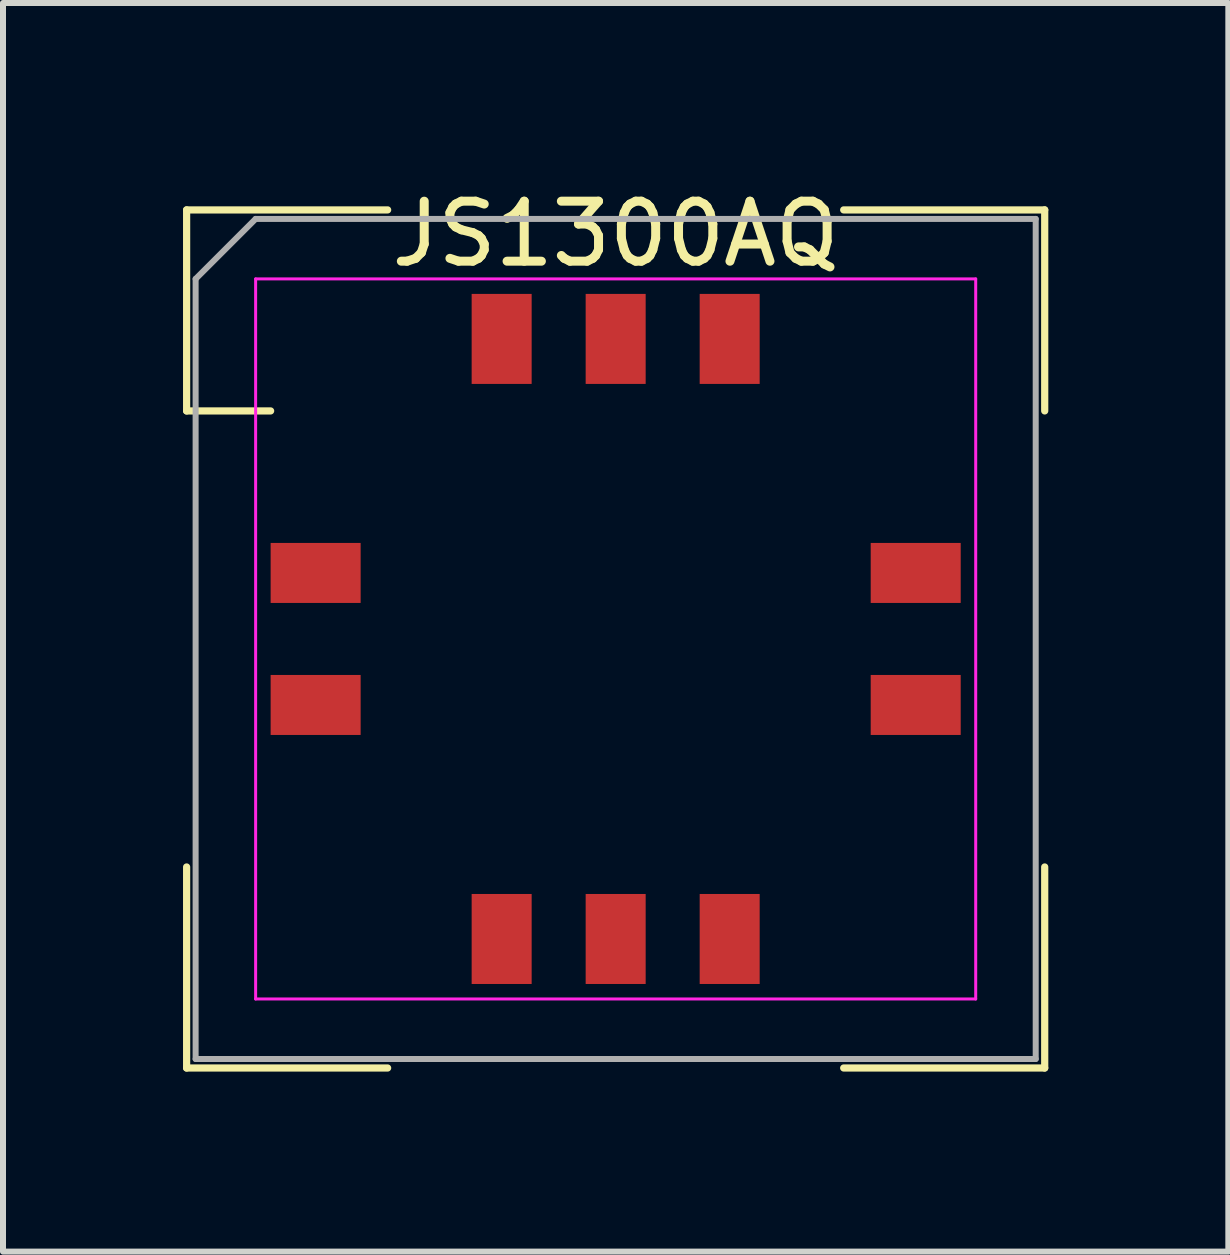
<source format=kicad_pcb>
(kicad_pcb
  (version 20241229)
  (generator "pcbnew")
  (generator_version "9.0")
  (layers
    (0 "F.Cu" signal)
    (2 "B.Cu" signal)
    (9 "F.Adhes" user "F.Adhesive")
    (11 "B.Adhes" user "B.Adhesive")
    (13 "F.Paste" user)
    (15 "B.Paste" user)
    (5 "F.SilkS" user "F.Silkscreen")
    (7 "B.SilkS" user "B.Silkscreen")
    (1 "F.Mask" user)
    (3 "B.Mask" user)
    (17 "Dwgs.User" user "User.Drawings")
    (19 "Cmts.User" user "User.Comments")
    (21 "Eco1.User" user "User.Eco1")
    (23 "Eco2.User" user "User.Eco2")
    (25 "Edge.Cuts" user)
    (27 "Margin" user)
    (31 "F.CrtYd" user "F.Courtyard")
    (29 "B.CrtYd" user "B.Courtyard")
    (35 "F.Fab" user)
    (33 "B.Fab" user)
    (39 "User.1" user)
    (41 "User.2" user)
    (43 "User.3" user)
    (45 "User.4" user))
  (footprint "JS1300AQ"
    (layer "F.Cu")
    (at 7.21 7.598)
    (property "Reference" "JS1300AQ" (at 0 -6.75 0) (layer "F.SilkS") (effects (font (size 1 1) (thickness 0.15))))
    (attr smd)
    (fp_line (start -7.15 -7.15) (end -7.15 -3.8) (stroke (width 0.12) (type solid)) (layer "F.SilkS"))
    (fp_line (start -7.15 -3.8) (end -5.75 -3.8) (stroke (width 0.12) (type solid)) (layer "F.SilkS"))
    (fp_line (start -7.15 7.15) (end -7.15 3.8) (stroke (width 0.12) (type solid)) (layer "F.SilkS"))
    (fp_line (start -3.8 -7.15) (end -7.15 -7.15) (stroke (width 0.12) (type solid)) (layer "F.SilkS"))
    (fp_line (start -3.8 7.15) (end -7.15 7.15) (stroke (width 0.12) (type solid)) (layer "F.SilkS"))
    (fp_line (start 3.8 -7.15) (end 7.15 -7.15) (stroke (width 0.12) (type solid)) (layer "F.SilkS"))
    (fp_line (start 3.8 7.15) (end 7.15 7.15) (stroke (width 0.12) (type solid)) (layer "F.SilkS"))
    (fp_line (start 7.15 -7.15) (end 7.15 -3.8) (stroke (width 0.12) (type solid)) (layer "F.SilkS"))
    (fp_line (start 7.15 7.15) (end 7.15 3.8) (stroke (width 0.12) (type solid)) (layer "F.SilkS"))
    (fp_line (start -6 -6) (end 6 -6) (stroke (width 0.05) (type solid)) (layer "F.CrtYd"))
    (fp_line (start -6 6) (end -6 -6) (stroke (width 0.05) (type solid)) (layer "F.CrtYd"))
    (fp_line (start 6 -6) (end 6 6) (stroke (width 0.05) (type solid)) (layer "F.CrtYd"))
    (fp_line (start 6 6) (end -6 6) (stroke (width 0.05) (type solid)) (layer "F.CrtYd"))
    (fp_line (start -7 -6) (end -7 7) (stroke (width 0.1) (type solid)) (layer "F.Fab"))
    (fp_line (start -7 7) (end 7 7) (stroke (width 0.1) (type solid)) (layer "F.Fab"))
    (fp_line (start -6 -7) (end -7 -6) (stroke (width 0.1) (type solid)) (layer "F.Fab"))
    (fp_line (start 7 -7) (end -6 -7) (stroke (width 0.1) (type solid)) (layer "F.Fab"))
    (fp_line (start 7 7) (end 7 -7) (stroke (width 0.1) (type solid)) (layer "F.Fab"))
    (pad "1" smd rect (at -5 -1.1 90) (size 1 1.5) (layers "F.Cu" "F.Mask" "F.Paste"))
    (pad "2" smd rect (at -5 1.1 90) (size 1 1.5) (layers "F.Cu" "F.Mask" "F.Paste"))
    (pad "3" smd rect (at -1.9 5) (size 1 1.5) (layers "F.Cu" "F.Mask" "F.Paste"))
    (pad "4" smd rect (at 0 5) (size 1 1.5) (layers "F.Cu" "F.Mask" "F.Paste"))
    (pad "5" smd rect (at 1.9 5) (size 1 1.5) (layers "F.Cu" "F.Mask" "F.Paste"))
    (pad "6" smd rect (at 5 1.1 90) (size 1 1.5) (layers "F.Cu" "F.Mask" "F.Paste"))
    (pad "7" smd rect (at 5 -1.1 90) (size 1 1.5) (layers "F.Cu" "F.Mask" "F.Paste"))
    (pad "8" smd rect (at 1.9 -5) (size 1 1.5) (layers "F.Cu" "F.Mask" "F.Paste"))
    (pad "9" smd rect (at 0 -5) (size 1 1.5) (layers "F.Cu" "F.Mask" "F.Paste"))
    (pad "10" smd rect (at -1.9 -5) (size 1 1.5) (layers "F.Cu" "F.Mask" "F.Paste")))
  (gr_rect
    (start -3 -3)
    (end 17.42 17.808)
    (stroke (width 0.1) (type default))
    (fill no)
    (layer "Edge.Cuts")))
</source>
